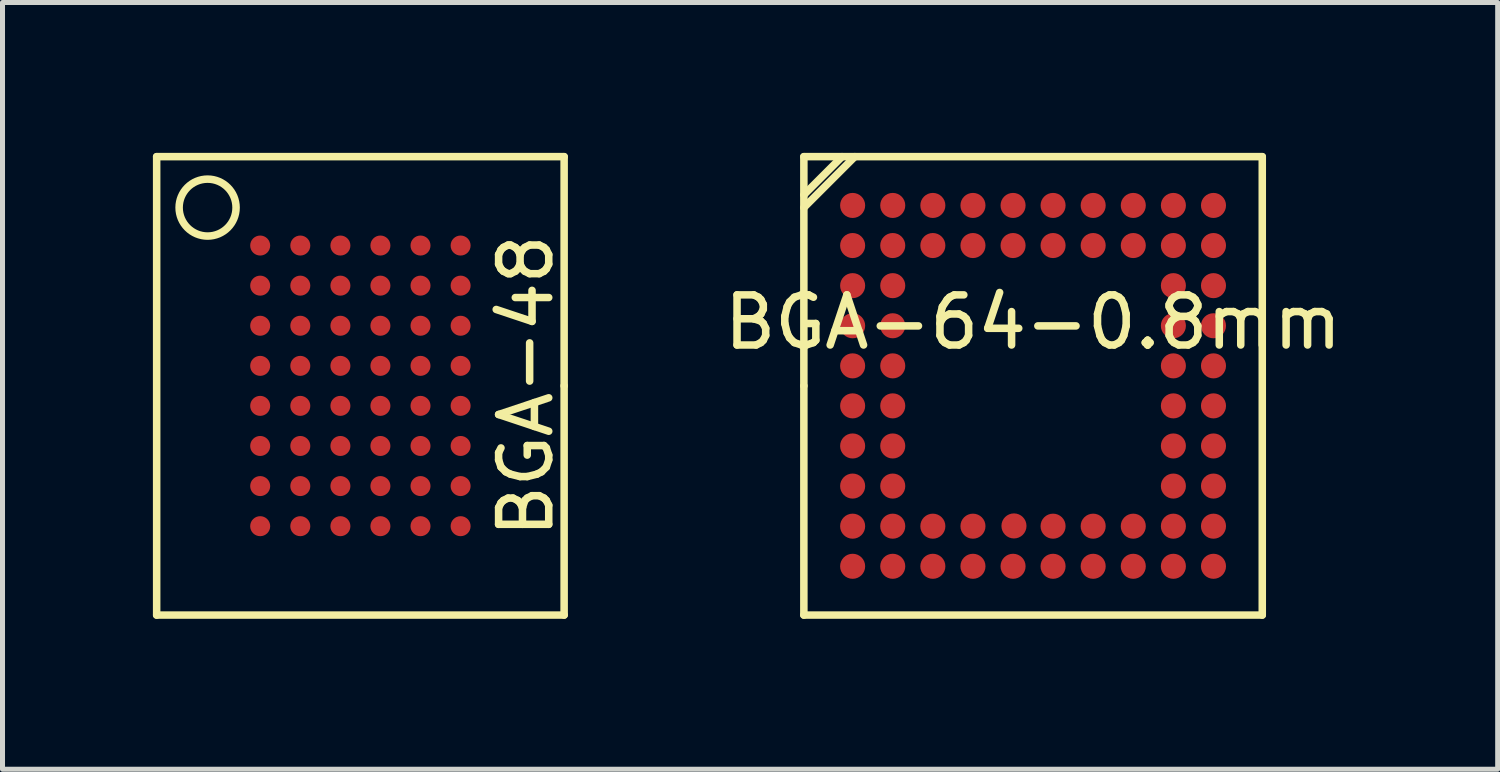
<source format=kicad_pcb>
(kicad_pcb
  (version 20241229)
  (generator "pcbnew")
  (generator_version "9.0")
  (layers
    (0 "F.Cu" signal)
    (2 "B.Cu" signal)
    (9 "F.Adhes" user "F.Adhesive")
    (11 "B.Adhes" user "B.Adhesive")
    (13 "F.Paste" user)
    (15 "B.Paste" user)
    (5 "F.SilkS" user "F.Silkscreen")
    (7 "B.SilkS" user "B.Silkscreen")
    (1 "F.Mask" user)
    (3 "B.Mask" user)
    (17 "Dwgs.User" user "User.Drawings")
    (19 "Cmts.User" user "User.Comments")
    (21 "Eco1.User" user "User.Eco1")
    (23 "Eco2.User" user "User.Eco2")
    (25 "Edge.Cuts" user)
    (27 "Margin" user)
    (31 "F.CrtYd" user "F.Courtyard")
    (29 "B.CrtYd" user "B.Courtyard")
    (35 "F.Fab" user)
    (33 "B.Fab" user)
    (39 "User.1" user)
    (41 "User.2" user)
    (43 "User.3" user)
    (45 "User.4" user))
  (footprint "BGA-64-0.8mm"
    (layer "F.Cu")
    (at 17.557 4.647)
    (property "Reference" "BGA-64-0.8mm" (at 0 -1.27 0) (layer "F.SilkS") (effects (font (size 1 1) (thickness 0.15))))
    (attr smd)
    (fp_line (start -4.572 -4.572) (end 4.572 -4.572) (stroke (width 0.15) (type solid)) (layer "F.SilkS"))
    (fp_line (start -4.572 -3.81) (end -3.81 -4.572) (stroke (width 0.15) (type solid)) (layer "F.SilkS"))
    (fp_line (start -4.572 -3.556) (end -3.556 -4.572) (stroke (width 0.15) (type solid)) (layer "F.SilkS"))
    (fp_line (start -4.572 0) (end -4.572 -4.572) (stroke (width 0.15) (type solid)) (layer "F.SilkS"))
    (fp_line (start -4.572 4.572) (end -4.572 0) (stroke (width 0.15) (type solid)) (layer "F.SilkS"))
    (fp_line (start 4.572 -4.572) (end 4.572 4.572) (stroke (width 0.15) (type solid)) (layer "F.SilkS"))
    (fp_line (start 4.572 4.572) (end -4.572 4.572) (stroke (width 0.15) (type solid)) (layer "F.SilkS"))
    (pad "A1" smd circle (at -3.599 -3.599) (size 0.5 0.5) (layers "F.Cu" "F.Mask" "F.Paste"))
    (pad "A2" smd circle (at -2.799 -3.599) (size 0.5 0.5) (layers "F.Cu" "F.Mask" "F.Paste"))
    (pad "A3" smd circle (at -1.999 -3.599) (size 0.5 0.5) (layers "F.Cu" "F.Mask" "F.Paste"))
    (pad "A4" smd circle (at -1.199 -3.599) (size 0.5 0.5) (layers "F.Cu" "F.Mask" "F.Paste"))
    (pad "A5" smd circle (at -0.399 -3.599) (size 0.5 0.5) (layers "F.Cu" "F.Mask" "F.Paste"))
    (pad "A6" smd circle (at 0.399 -3.599) (size 0.5 0.5) (layers "F.Cu" "F.Mask" "F.Paste"))
    (pad "A7" smd circle (at 1.199 -3.599) (size 0.5 0.5) (layers "F.Cu" "F.Mask" "F.Paste"))
    (pad "A8" smd circle (at 1.999 -3.599) (size 0.5 0.5) (layers "F.Cu" "F.Mask" "F.Paste"))
    (pad "A9" smd circle (at 2.799 -3.599) (size 0.5 0.5) (layers "F.Cu" "F.Mask" "F.Paste"))
    (pad "A10" smd circle (at 3.599 -3.599) (size 0.5 0.5) (layers "F.Cu" "F.Mask" "F.Paste"))
    (pad "B1" smd circle (at -3.599 -2.799) (size 0.5 0.5) (layers "F.Cu" "F.Mask" "F.Paste"))
    (pad "B2" smd circle (at -2.799 -2.799) (size 0.5 0.5) (layers "F.Cu" "F.Mask" "F.Paste"))
    (pad "B3" smd circle (at -1.999 -2.799) (size 0.5 0.5) (layers "F.Cu" "F.Mask" "F.Paste"))
    (pad "B4" smd circle (at -1.199 -2.799) (size 0.5 0.5) (layers "F.Cu" "F.Mask" "F.Paste"))
    (pad "B5" smd circle (at -0.399 -2.799) (size 0.5 0.5) (layers "F.Cu" "F.Mask" "F.Paste"))
    (pad "B6" smd circle (at 0.399 -2.799) (size 0.5 0.5) (layers "F.Cu" "F.Mask" "F.Paste"))
    (pad "B7" smd circle (at 1.199 -2.799) (size 0.5 0.5) (layers "F.Cu" "F.Mask" "F.Paste"))
    (pad "B8" smd circle (at 1.999 -2.799) (size 0.5 0.5) (layers "F.Cu" "F.Mask" "F.Paste"))
    (pad "B9" smd circle (at 2.799 -2.799) (size 0.5 0.5) (layers "F.Cu" "F.Mask" "F.Paste"))
    (pad "B10" smd circle (at 3.599 -2.799) (size 0.5 0.5) (layers "F.Cu" "F.Mask" "F.Paste"))
    (pad "C1" smd circle (at -3.599 -1.999) (size 0.5 0.5) (layers "F.Cu" "F.Mask" "F.Paste"))
    (pad "C2" smd circle (at -2.799 -1.999) (size 0.5 0.5) (layers "F.Cu" "F.Mask" "F.Paste"))
    (pad "C9" smd circle (at 2.799 -1.999) (size 0.5 0.5) (layers "F.Cu" "F.Mask" "F.Paste"))
    (pad "C10" smd circle (at 3.599 -1.999) (size 0.5 0.5) (layers "F.Cu" "F.Mask" "F.Paste"))
    (pad "D1" smd circle (at -3.599 -1.199) (size 0.5 0.5) (layers "F.Cu" "F.Mask" "F.Paste"))
    (pad "D2" smd circle (at -2.799 -1.199) (size 0.5 0.5) (layers "F.Cu" "F.Mask" "F.Paste"))
    (pad "D9" smd circle (at 2.799 -1.199) (size 0.5 0.5) (layers "F.Cu" "F.Mask" "F.Paste"))
    (pad "D10" smd circle (at 3.599 -1.199) (size 0.5 0.5) (layers "F.Cu" "F.Mask" "F.Paste"))
    (pad "E1" smd circle (at -3.599 -0.399) (size 0.5 0.5) (layers "F.Cu" "F.Mask" "F.Paste"))
    (pad "E2" smd circle (at -2.799 -0.399) (size 0.5 0.5) (layers "F.Cu" "F.Mask" "F.Paste"))
    (pad "E9" smd circle (at 2.799 -0.399) (size 0.5 0.5) (layers "F.Cu" "F.Mask" "F.Paste"))
    (pad "E10" smd circle (at 3.599 -0.399) (size 0.5 0.5) (layers "F.Cu" "F.Mask" "F.Paste"))
    (pad "F1" smd circle (at -3.599 0.399) (size 0.5 0.5) (layers "F.Cu" "F.Mask" "F.Paste"))
    (pad "F2" smd circle (at -2.799 0.399) (size 0.5 0.5) (layers "F.Cu" "F.Mask" "F.Paste"))
    (pad "F9" smd circle (at 2.799 0.399) (size 0.5 0.5) (layers "F.Cu" "F.Mask" "F.Paste"))
    (pad "F10" smd circle (at 3.599 0.399) (size 0.5 0.5) (layers "F.Cu" "F.Mask" "F.Paste"))
    (pad "G1" smd circle (at -3.599 1.199) (size 0.5 0.5) (layers "F.Cu" "F.Mask" "F.Paste"))
    (pad "G2" smd circle (at -2.799 1.199) (size 0.5 0.5) (layers "F.Cu" "F.Mask" "F.Paste"))
    (pad "G9" smd circle (at 2.799 1.199) (size 0.5 0.5) (layers "F.Cu" "F.Mask" "F.Paste"))
    (pad "G10" smd circle (at 3.599 1.199) (size 0.5 0.5) (layers "F.Cu" "F.Mask" "F.Paste"))
    (pad "H1" smd circle (at -3.599 1.999) (size 0.5 0.5) (layers "F.Cu" "F.Mask" "F.Paste"))
    (pad "H2" smd circle (at -2.799 1.999) (size 0.5 0.5) (layers "F.Cu" "F.Mask" "F.Paste"))
    (pad "H9" smd circle (at 2.799 1.999) (size 0.5 0.5) (layers "F.Cu" "F.Mask" "F.Paste"))
    (pad "H10" smd circle (at 3.599 1.999) (size 0.5 0.5) (layers "F.Cu" "F.Mask" "F.Paste"))
    (pad "J1" smd circle (at -3.599 2.799) (size 0.5 0.5) (layers "F.Cu" "F.Mask" "F.Paste"))
    (pad "J2" smd circle (at -2.799 2.799) (size 0.5 0.5) (layers "F.Cu" "F.Mask" "F.Paste"))
    (pad "J3" smd circle (at -1.999 2.799) (size 0.5 0.5) (layers "F.Cu" "F.Mask" "F.Paste"))
    (pad "J4" smd circle (at -1.199 2.799) (size 0.5 0.5) (layers "F.Cu" "F.Mask" "F.Paste"))
    (pad "J5" smd circle (at -0.381 2.794) (size 0.5 0.5) (layers "F.Cu" "F.Mask" "F.Paste"))
    (pad "J6" smd circle (at 0.399 2.799) (size 0.5 0.5) (layers "F.Cu" "F.Mask" "F.Paste"))
    (pad "J7" smd circle (at 1.199 2.799) (size 0.5 0.5) (layers "F.Cu" "F.Mask" "F.Paste"))
    (pad "J8" smd circle (at 1.999 2.799) (size 0.5 0.5) (layers "F.Cu" "F.Mask" "F.Paste"))
    (pad "J9" smd circle (at 2.799 2.799) (size 0.5 0.5) (layers "F.Cu" "F.Mask" "F.Paste"))
    (pad "J10" smd circle (at 3.599 2.799) (size 0.5 0.5) (layers "F.Cu" "F.Mask" "F.Paste"))
    (pad "K1" smd circle (at -3.599 3.599) (size 0.5 0.5) (layers "F.Cu" "F.Mask" "F.Paste"))
    (pad "K2" smd circle (at -2.799 3.599) (size 0.5 0.5) (layers "F.Cu" "F.Mask" "F.Paste"))
    (pad "K3" smd circle (at -1.999 3.599) (size 0.5 0.5) (layers "F.Cu" "F.Mask" "F.Paste"))
    (pad "K4" smd circle (at -1.199 3.599) (size 0.5 0.5) (layers "F.Cu" "F.Mask" "F.Paste"))
    (pad "K5" smd circle (at -0.399 3.599) (size 0.5 0.5) (layers "F.Cu" "F.Mask" "F.Paste"))
    (pad "K6" smd circle (at 0.399 3.599) (size 0.5 0.5) (layers "F.Cu" "F.Mask" "F.Paste"))
    (pad "K7" smd circle (at 1.199 3.599) (size 0.5 0.5) (layers "F.Cu" "F.Mask" "F.Paste"))
    (pad "K8" smd circle (at 1.999 3.599) (size 0.5 0.5) (layers "F.Cu" "F.Mask" "F.Paste"))
    (pad "K9" smd circle (at 2.799 3.599) (size 0.5 0.5) (layers "F.Cu" "F.Mask" "F.Paste"))
    (pad "K10" smd circle (at 3.599 3.599) (size 0.5 0.5) (layers "F.Cu" "F.Mask" "F.Paste")))
  (footprint "BGA-48"
    (layer "F.Cu")
    (at 4.139 4.647)
    (property "Reference" "BGA-48" (at 3.302 0 90) (layer "F.SilkS") (effects (font (size 1 1) (thickness 0.15))))
    (attr smd)
    (fp_line (start -4.064 -4.572) (end 4.064 -4.572) (stroke (width 0.15) (type solid)) (layer "F.SilkS"))
    (fp_line (start -4.064 4.572) (end -4.064 -4.572) (stroke (width 0.15) (type solid)) (layer "F.SilkS"))
    (fp_line (start 4.064 -4.572) (end 4.064 0) (stroke (width 0.15) (type solid)) (layer "F.SilkS"))
    (fp_line (start 4.064 0) (end 4.064 4.572) (stroke (width 0.15) (type solid)) (layer "F.SilkS"))
    (fp_line (start 4.064 4.572) (end -4.064 4.572) (stroke (width 0.15) (type solid)) (layer "F.SilkS"))
    (fp_circle (center -3.048 -3.556) (end -3.302 -4.064) (stroke (width 0.15) (type solid)) (fill no) (layer "F.SilkS"))
    (pad "A1" smd circle (at -1.999 -2.799) (size 0.399 0.399) (layers "F.Cu" "F.Mask" "F.Paste"))
    (pad "A2" smd circle (at -1.199 -2.799) (size 0.399 0.399) (layers "F.Cu" "F.Mask" "F.Paste"))
    (pad "A3" smd circle (at -0.399 -2.799) (size 0.399 0.399) (layers "F.Cu" "F.Mask" "F.Paste"))
    (pad "A4" smd circle (at 0.399 -2.799) (size 0.399 0.399) (layers "F.Cu" "F.Mask" "F.Paste"))
    (pad "A5" smd circle (at 1.199 -2.799) (size 0.399 0.399) (layers "F.Cu" "F.Mask" "F.Paste"))
    (pad "A6" smd circle (at 1.999 -2.799) (size 0.399 0.399) (layers "F.Cu" "F.Mask" "F.Paste"))
    (pad "B1" smd circle (at -1.999 -1.999) (size 0.399 0.399) (layers "F.Cu" "F.Mask" "F.Paste"))
    (pad "B2" smd circle (at -1.199 -1.999) (size 0.399 0.399) (layers "F.Cu" "F.Mask" "F.Paste"))
    (pad "B3" smd circle (at -0.399 -1.999) (size 0.399 0.399) (layers "F.Cu" "F.Mask" "F.Paste"))
    (pad "B4" smd circle (at 0.399 -1.999) (size 0.399 0.399) (layers "F.Cu" "F.Mask" "F.Paste"))
    (pad "B5" smd circle (at 1.199 -1.999) (size 0.399 0.399) (layers "F.Cu" "F.Mask" "F.Paste"))
    (pad "B6" smd circle (at 1.999 -1.999) (size 0.399 0.399) (layers "F.Cu" "F.Mask" "F.Paste"))
    (pad "C1" smd circle (at -1.999 -1.199) (size 0.399 0.399) (layers "F.Cu" "F.Mask" "F.Paste"))
    (pad "C2" smd circle (at -1.199 -1.199) (size 0.399 0.399) (layers "F.Cu" "F.Mask" "F.Paste"))
    (pad "C3" smd circle (at -0.399 -1.199) (size 0.399 0.399) (layers "F.Cu" "F.Mask" "F.Paste"))
    (pad "C4" smd circle (at 0.399 -1.199) (size 0.399 0.399) (layers "F.Cu" "F.Mask" "F.Paste"))
    (pad "C5" smd circle (at 1.199 -1.199) (size 0.399 0.399) (layers "F.Cu" "F.Mask" "F.Paste"))
    (pad "C6" smd circle (at 1.999 -1.199) (size 0.399 0.399) (layers "F.Cu" "F.Mask" "F.Paste"))
    (pad "D1" smd circle (at -1.999 -0.399) (size 0.399 0.399) (layers "F.Cu" "F.Mask" "F.Paste"))
    (pad "D2" smd circle (at -1.199 -0.399) (size 0.399 0.399) (layers "F.Cu" "F.Mask" "F.Paste"))
    (pad "D3" smd circle (at -0.399 -0.399) (size 0.399 0.399) (layers "F.Cu" "F.Mask" "F.Paste"))
    (pad "D4" smd circle (at 0.399 -0.399) (size 0.399 0.399) (layers "F.Cu" "F.Mask" "F.Paste"))
    (pad "D5" smd circle (at 1.199 -0.399) (size 0.399 0.399) (layers "F.Cu" "F.Mask" "F.Paste"))
    (pad "D6" smd circle (at 1.999 -0.399) (size 0.399 0.399) (layers "F.Cu" "F.Mask" "F.Paste"))
    (pad "E1" smd circle (at -1.999 0.399) (size 0.399 0.399) (layers "F.Cu" "F.Mask" "F.Paste"))
    (pad "E2" smd circle (at -1.199 0.399) (size 0.399 0.399) (layers "F.Cu" "F.Mask" "F.Paste"))
    (pad "E3" smd circle (at -0.399 0.399) (size 0.399 0.399) (layers "F.Cu" "F.Mask" "F.Paste"))
    (pad "E4" smd circle (at 0.399 0.399) (size 0.399 0.399) (layers "F.Cu" "F.Mask" "F.Paste"))
    (pad "E5" smd circle (at 1.199 0.399) (size 0.399 0.399) (layers "F.Cu" "F.Mask" "F.Paste"))
    (pad "E6" smd circle (at 1.999 0.399) (size 0.399 0.399) (layers "F.Cu" "F.Mask" "F.Paste"))
    (pad "F1" smd circle (at -1.999 1.199) (size 0.399 0.399) (layers "F.Cu" "F.Mask" "F.Paste"))
    (pad "F2" smd circle (at -1.199 1.199) (size 0.399 0.399) (layers "F.Cu" "F.Mask" "F.Paste"))
    (pad "F3" smd circle (at -0.399 1.199) (size 0.399 0.399) (layers "F.Cu" "F.Mask" "F.Paste"))
    (pad "F4" smd circle (at 0.399 1.199) (size 0.399 0.399) (layers "F.Cu" "F.Mask" "F.Paste"))
    (pad "F5" smd circle (at 1.199 1.199) (size 0.399 0.399) (layers "F.Cu" "F.Mask" "F.Paste"))
    (pad "F6" smd circle (at 1.999 1.199) (size 0.399 0.399) (layers "F.Cu" "F.Mask" "F.Paste"))
    (pad "G1" smd circle (at -1.999 1.999) (size 0.399 0.399) (layers "F.Cu" "F.Mask" "F.Paste"))
    (pad "G2" smd circle (at -1.199 1.999) (size 0.399 0.399) (layers "F.Cu" "F.Mask" "F.Paste"))
    (pad "G3" smd circle (at -0.399 1.999) (size 0.399 0.399) (layers "F.Cu" "F.Mask" "F.Paste"))
    (pad "G4" smd circle (at 0.399 1.999) (size 0.399 0.399) (layers "F.Cu" "F.Mask" "F.Paste"))
    (pad "G5" smd circle (at 1.199 1.999) (size 0.399 0.399) (layers "F.Cu" "F.Mask" "F.Paste"))
    (pad "G6" smd circle (at 1.999 1.999) (size 0.399 0.399) (layers "F.Cu" "F.Mask" "F.Paste"))
    (pad "H1" smd circle (at -1.999 2.799) (size 0.399 0.399) (layers "F.Cu" "F.Mask" "F.Paste"))
    (pad "H2" smd circle (at -1.199 2.799) (size 0.399 0.399) (layers "F.Cu" "F.Mask" "F.Paste"))
    (pad "H3" smd circle (at -0.399 2.799) (size 0.399 0.399) (layers "F.Cu" "F.Mask" "F.Paste"))
    (pad "H4" smd circle (at 0.399 2.799) (size 0.399 0.399) (layers "F.Cu" "F.Mask" "F.Paste"))
    (pad "H5" smd circle (at 1.199 2.799) (size 0.399 0.399) (layers "F.Cu" "F.Mask" "F.Paste"))
    (pad "H6" smd circle (at 1.999 2.799) (size 0.399 0.399) (layers "F.Cu" "F.Mask" "F.Paste")))
  (gr_rect
    (start -3 -3)
    (end 26.825 12.294)
    (stroke (width 0.1) (type default))
    (fill no)
    (layer "Edge.Cuts")))
</source>
